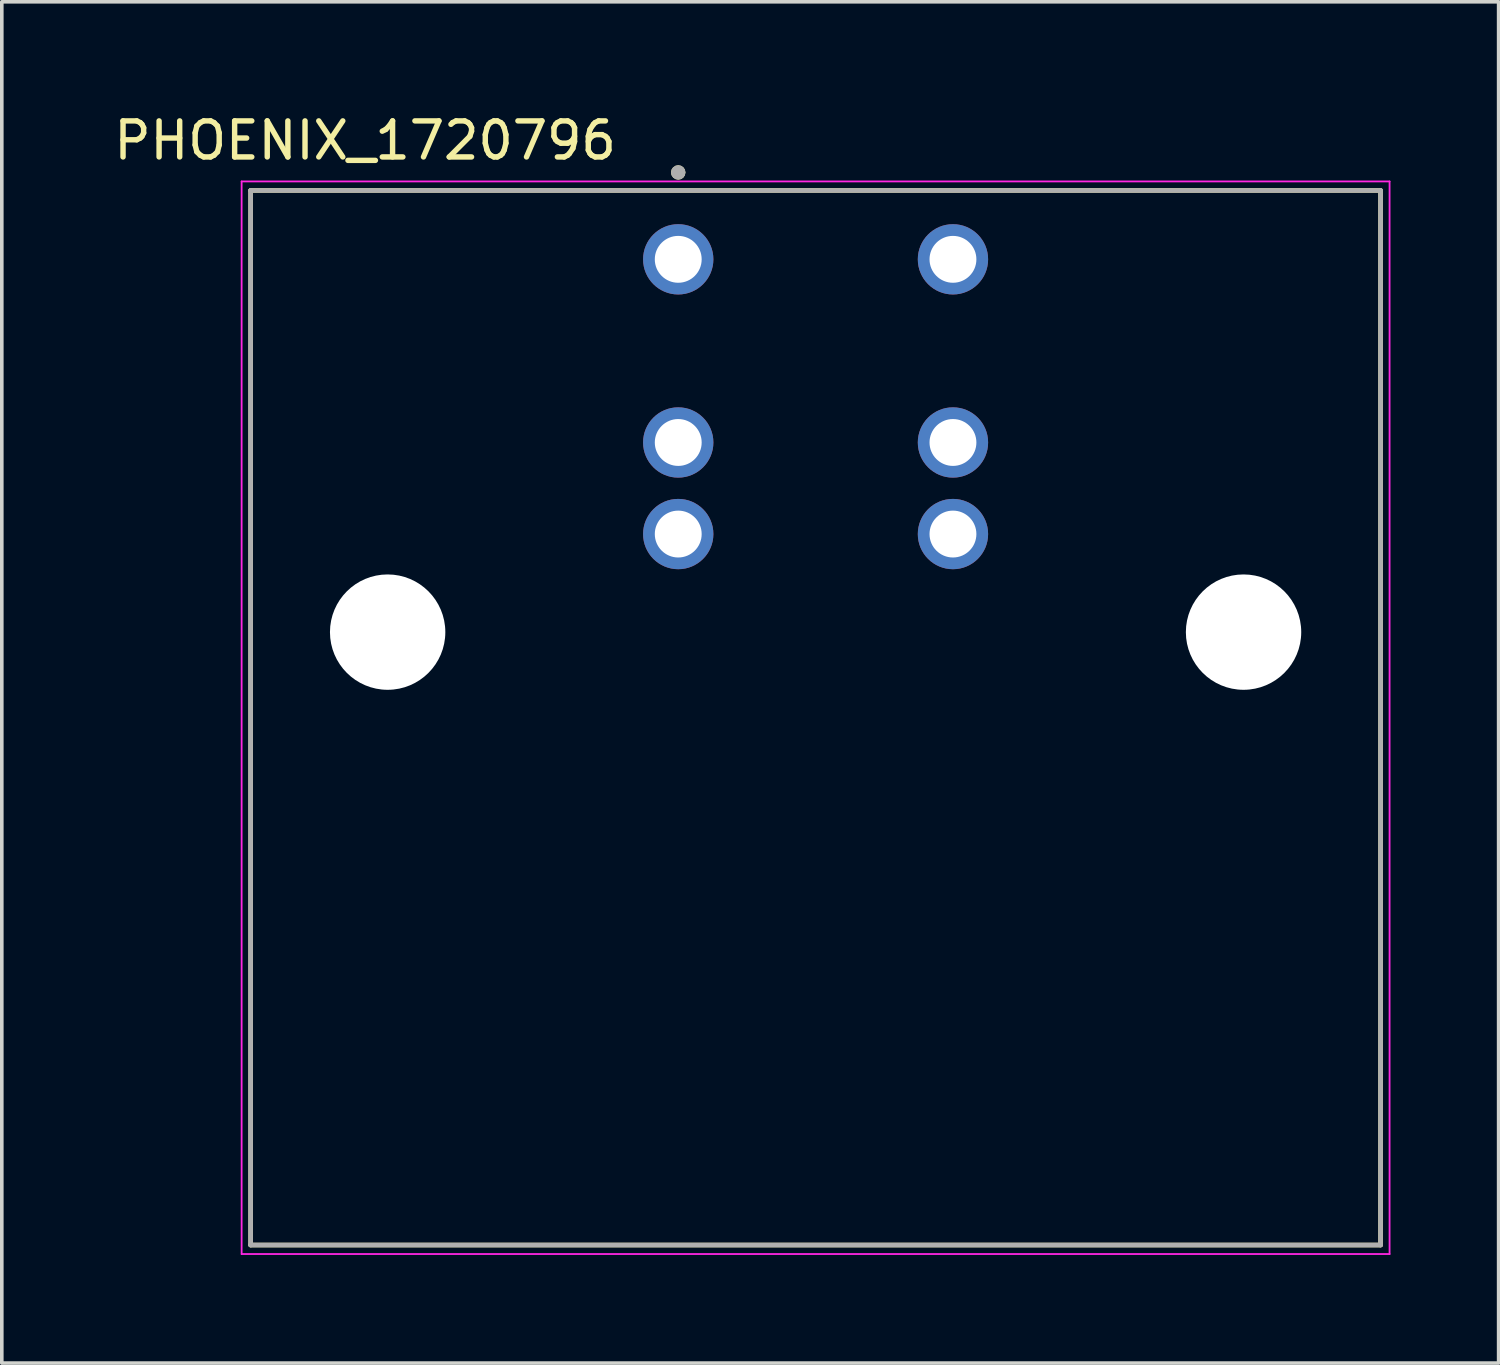
<source format=kicad_pcb>
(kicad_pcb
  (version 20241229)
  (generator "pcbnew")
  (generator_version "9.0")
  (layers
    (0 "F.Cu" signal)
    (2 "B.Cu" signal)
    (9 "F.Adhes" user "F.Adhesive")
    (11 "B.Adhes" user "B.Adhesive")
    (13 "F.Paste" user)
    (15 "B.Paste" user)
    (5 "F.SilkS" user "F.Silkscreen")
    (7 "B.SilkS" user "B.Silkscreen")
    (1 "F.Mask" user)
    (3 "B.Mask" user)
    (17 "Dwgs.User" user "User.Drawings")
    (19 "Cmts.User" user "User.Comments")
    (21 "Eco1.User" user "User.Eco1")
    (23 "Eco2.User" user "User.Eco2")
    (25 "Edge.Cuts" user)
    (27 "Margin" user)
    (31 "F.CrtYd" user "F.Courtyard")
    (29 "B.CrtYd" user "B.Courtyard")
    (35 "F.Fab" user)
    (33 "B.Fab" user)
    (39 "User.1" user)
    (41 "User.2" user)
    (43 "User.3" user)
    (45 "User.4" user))
  (footprint "PHOENIX_1720796"
    (layer "F.Cu")
    (at 3.902 31.483)
    (property "Reference" "PHOENIX_1720796" (at 3.175 -30.635 0) (layer "F.SilkS") (effects (font (size 1 1) (thickness 0.15))))
    (attr through_hole)
    (fp_line (start 0 -29.25) (end 0 0) (stroke (width 0.127) (type solid)) (layer "F.SilkS"))
    (fp_line (start 0 0) (end 31.34 0) (stroke (width 0.127) (type solid)) (layer "F.SilkS"))
    (fp_line (start 31.34 -29.25) (end 0 -29.25) (stroke (width 0.127) (type solid)) (layer "F.SilkS"))
    (fp_line (start 31.34 0) (end 31.34 -29.25) (stroke (width 0.127) (type solid)) (layer "F.SilkS"))
    (fp_circle (center 11.86 -29.75) (end 11.96 -29.75) (stroke (width 0.2) (type solid)) (fill no) (layer "F.SilkS"))
    (fp_line (start -0.25 -29.5) (end -0.25 0.25) (stroke (width 0.05) (type solid)) (layer "F.CrtYd"))
    (fp_line (start -0.25 0.25) (end 31.59 0.25) (stroke (width 0.05) (type solid)) (layer "F.CrtYd"))
    (fp_line (start 31.59 -29.5) (end -0.25 -29.5) (stroke (width 0.05) (type solid)) (layer "F.CrtYd"))
    (fp_line (start 31.59 0.25) (end 31.59 -29.5) (stroke (width 0.05) (type solid)) (layer "F.CrtYd"))
    (fp_line (start 0 -29.25) (end 0 0) (stroke (width 0.127) (type solid)) (layer "F.Fab"))
    (fp_line (start 0 0) (end 31.34 0) (stroke (width 0.127) (type solid)) (layer "F.Fab"))
    (fp_line (start 31.34 -29.25) (end 0 -29.25) (stroke (width 0.127) (type solid)) (layer "F.Fab"))
    (fp_line (start 31.34 0) (end 31.34 -29.25) (stroke (width 0.127) (type solid)) (layer "F.Fab"))
    (fp_circle (center 11.86 -29.75) (end 11.96 -29.75) (stroke (width 0.2) (type solid)) (fill no) (layer "F.Fab"))
    (pad "" np_thru_hole circle (at 3.8 -17) (size 3.2 3.2) (drill 3.2) (layers "*.Cu" "*.Mask"))
    (pad "" np_thru_hole circle (at 27.54 -17) (size 3.2 3.2) (drill 3.2) (layers "*.Cu" "*.Mask"))
    (pad "1_1" thru_hole circle (at 11.86 -27.34) (size 1.95 1.95) (drill 1.3) (layers "*.Cu" "*.Mask"))
    (pad "1_2" thru_hole circle (at 11.86 -22.26) (size 1.95 1.95) (drill 1.3) (layers "*.Cu" "*.Mask"))
    (pad "1_3" thru_hole circle (at 11.86 -19.72) (size 1.95 1.95) (drill 1.3) (layers "*.Cu" "*.Mask"))
    (pad "2_1" thru_hole circle (at 19.48 -27.34) (size 1.95 1.95) (drill 1.3) (layers "*.Cu" "*.Mask"))
    (pad "2_2" thru_hole circle (at 19.48 -22.26) (size 1.95 1.95) (drill 1.3) (layers "*.Cu" "*.Mask"))
    (pad "2_3" thru_hole circle (at 19.48 -19.72) (size 1.95 1.95) (drill 1.3) (layers "*.Cu" "*.Mask")))
  (gr_rect
    (start -3 -3)
    (end 38.517 34.758)
    (stroke (width 0.1) (type default))
    (fill no)
    (layer "Edge.Cuts")))
</source>
